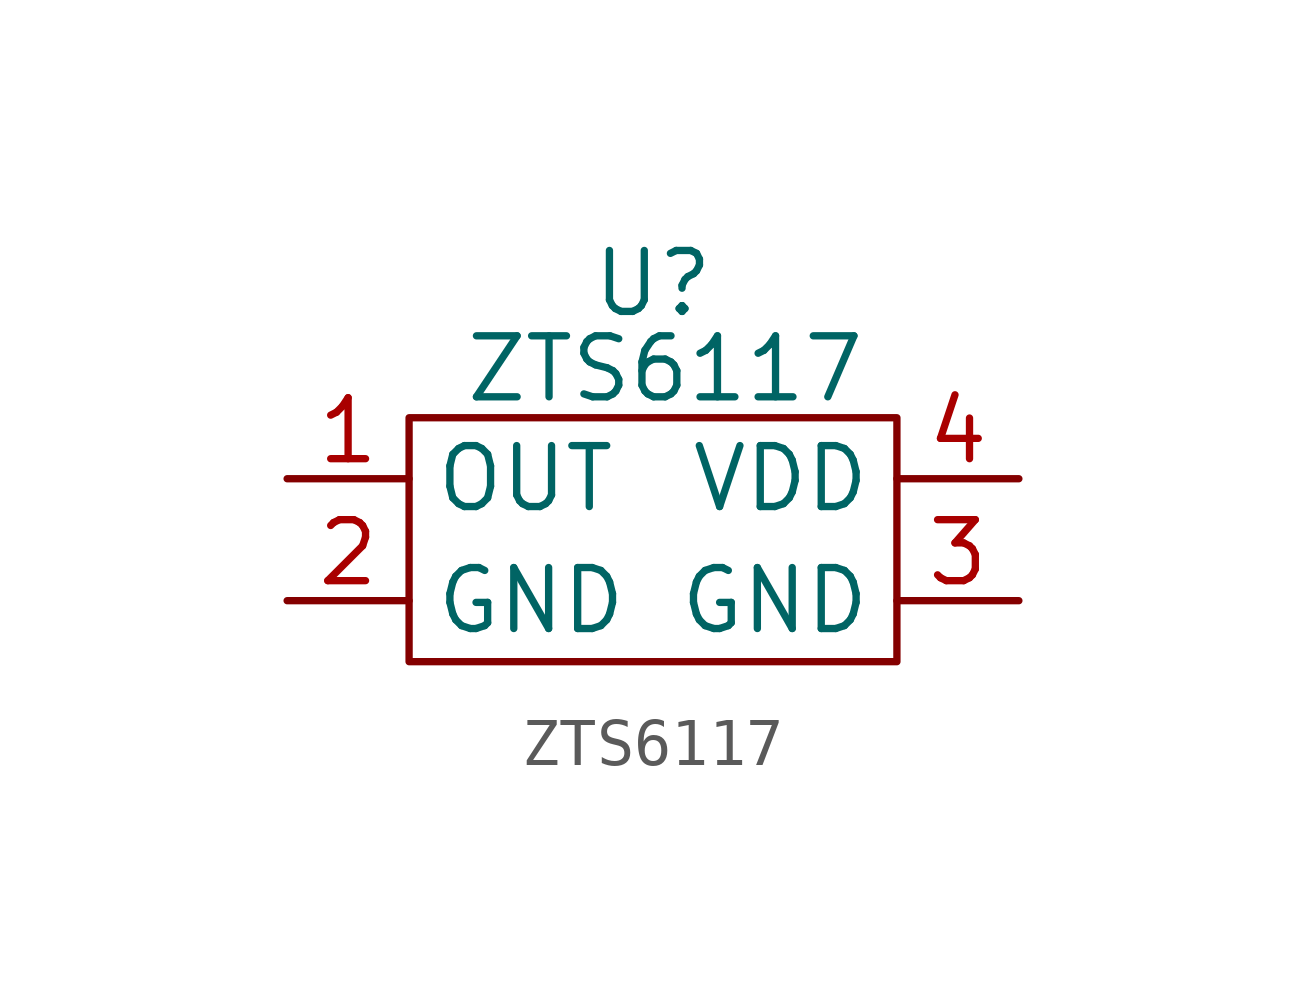
<source format=kicad_sym>
(kicad_symbol_lib
  (version 20241209)
  (generator "kicad_symbol_editor")
  (generator_version "9.0")
  (symbol "ZTS6117"
    (property "Reference" "U"
      (at 0 5.334 0)
      (effects (font (size 1.27 1.27))))
    (property "Value" "ZTS6117"
      (at 0.254 3.556 0)
      (effects (font (size 1.27 1.27))))
    (symbol "ZTS6117_0_1"
      (rectangle (start -5.08 2.54) (end 5.08 -2.54) (stroke (width 0) (type default)) (fill (type none))))
    (symbol "ZTS6117_1_1"
      (pin output line (at -7.62 1.27 0) (length 2.54) (name "OUT" (effects (font (size 1.27 1.27)))) (number "1" (effects (font (size 1.27 1.27)))))
      (pin power_in line (at -7.62 -1.27 0) (length 2.54) (name "GND" (effects (font (size 1.27 1.27)))) (number "2" (effects (font (size 1.27 1.27)))))
      (pin power_in line (at 7.62 1.27 180) (length 2.54) (name "VDD" (effects (font (size 1.27 1.27)))) (number "4" (effects (font (size 1.27 1.27)))))
      (pin power_in line (at 7.62 -1.27 180) (length 2.54) (name "GND" (effects (font (size 1.27 1.27)))) (number "3" (effects (font (size 1.27 1.27))))))))
</source>
